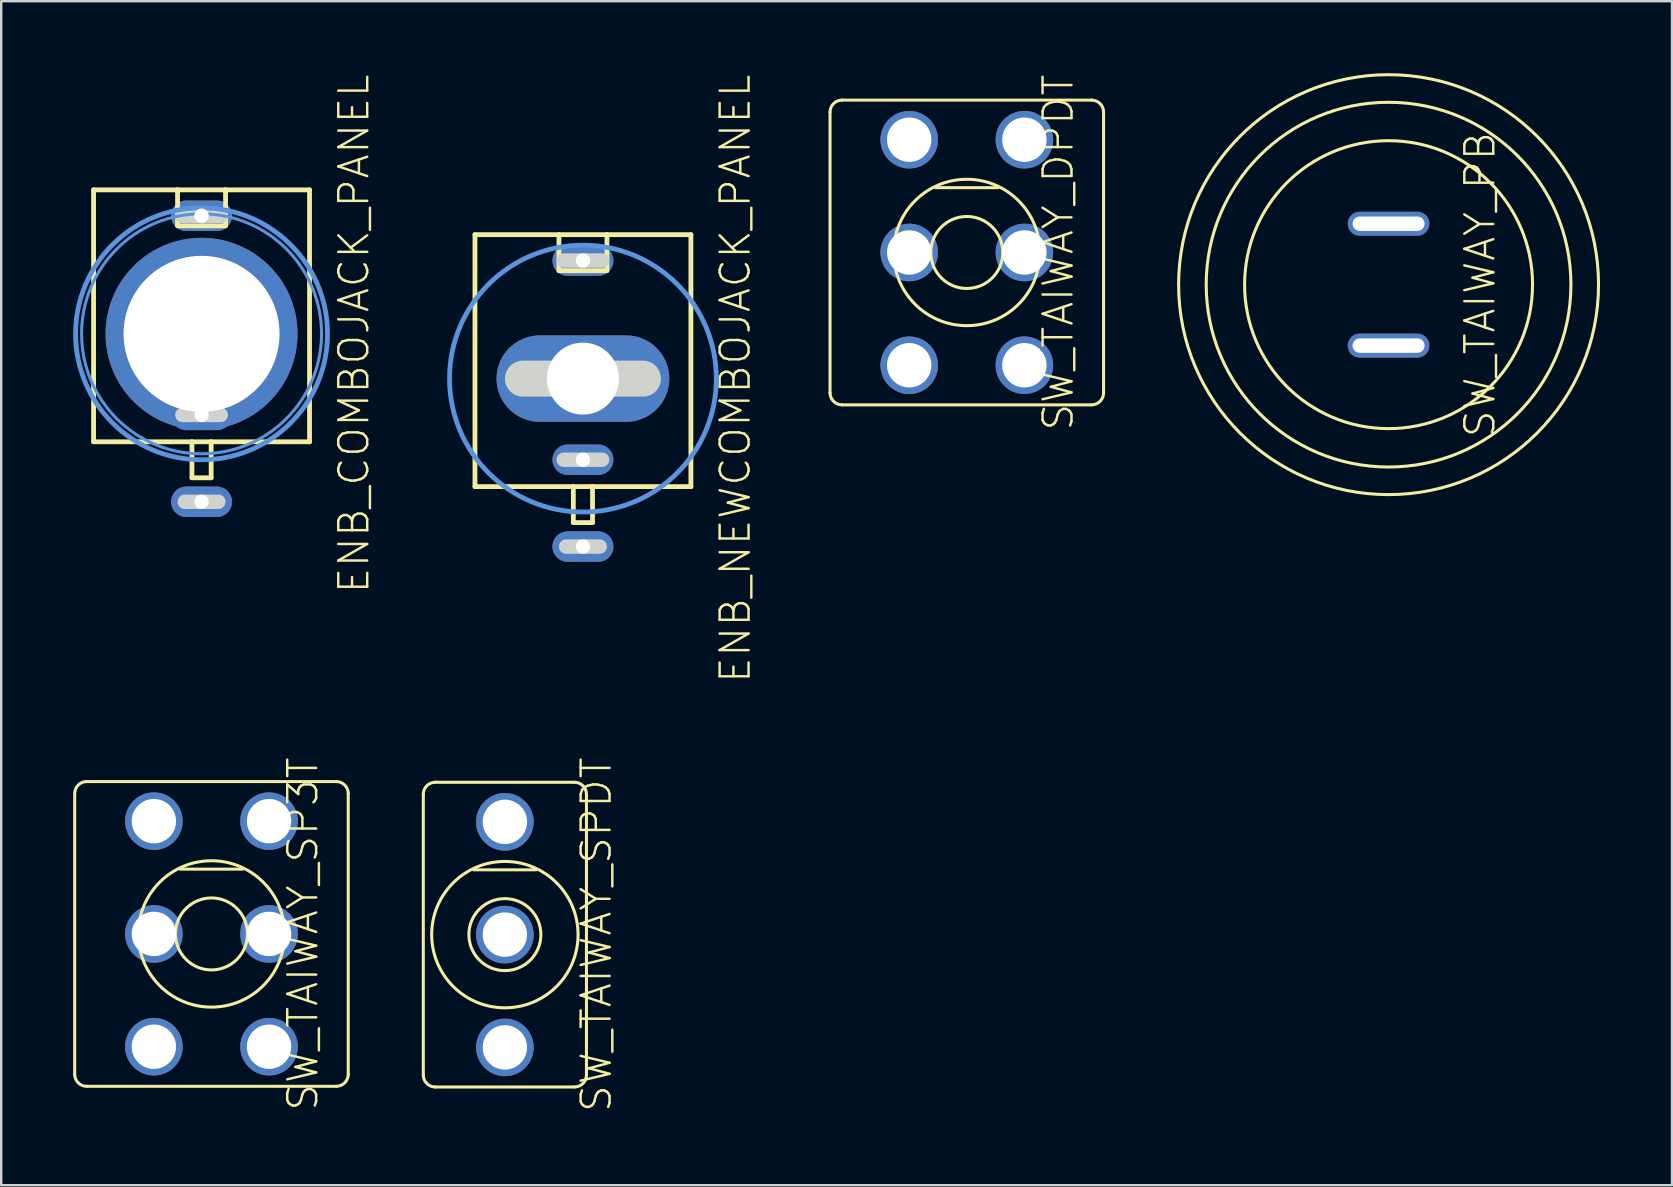
<source format=kicad_pcb>
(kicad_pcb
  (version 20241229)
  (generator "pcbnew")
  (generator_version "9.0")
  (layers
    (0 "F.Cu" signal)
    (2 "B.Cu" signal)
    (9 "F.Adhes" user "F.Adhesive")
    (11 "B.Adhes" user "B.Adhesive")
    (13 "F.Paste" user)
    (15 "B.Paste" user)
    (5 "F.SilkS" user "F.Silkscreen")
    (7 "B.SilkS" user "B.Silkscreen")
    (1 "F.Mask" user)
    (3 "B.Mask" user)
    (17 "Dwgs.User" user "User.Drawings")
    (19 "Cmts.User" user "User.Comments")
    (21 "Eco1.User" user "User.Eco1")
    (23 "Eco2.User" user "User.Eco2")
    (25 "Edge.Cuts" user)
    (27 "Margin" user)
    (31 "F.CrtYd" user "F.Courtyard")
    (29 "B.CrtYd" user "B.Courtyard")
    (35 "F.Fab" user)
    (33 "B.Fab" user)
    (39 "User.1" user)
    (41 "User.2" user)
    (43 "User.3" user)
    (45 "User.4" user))
  (footprint "SW_TAIWAY_PB"
    (layer "F.Cu")
    (at 54.819 8.813)
    (property "Reference" "SW_TAIWAY_PB" (at 3.81 0 90) (layer "F.SilkS") (effects (font (size 1.206 1.206) (thickness 0.102))))
    (attr through_hole)
    (fp_circle (center 0 0) (end 6 0) (stroke (width 0.127) (type solid)) (fill no) (layer "F.SilkS"))
    (fp_circle (center 0 0) (end 7.6 0) (stroke (width 0.127) (type solid)) (fill no) (layer "F.SilkS"))
    (fp_circle (center 0 0) (end 8.75 0) (stroke (width 0.127) (type solid)) (fill no) (layer "F.SilkS"))
    (pad "1" thru_hole oval (at 0 2.54) (size 3.4 1) (drill oval 3 0.6) (layers "*.Cu" "*.Mask"))
    (pad "2" thru_hole oval (at 0 -2.54) (size 3.4 1) (drill oval 3 0.6) (layers "*.Cu" "*.Mask")))
  (footprint "ENB_NEWCOMBOJACK_PANEL"
    (layer "F.Cu")
    (at 21.244 12.729)
    (property "Reference" "ENB_NEWCOMBOJACK_PANEL" (at 6.35 0 90) (layer "F.SilkS") (effects (font (size 1.206 1.206) (thickness 0.102))))
    (attr through_hole)
    (fp_line (start -4.5 -6) (end -4.5 4.5) (stroke (width 0.2) (type solid)) (layer "F.SilkS"))
    (fp_line (start -4.5 4.5) (end -0.4 4.5) (stroke (width 0.2) (type solid)) (layer "F.SilkS"))
    (fp_line (start -1 -6) (end -4.5 -6) (stroke (width 0.2) (type solid)) (layer "F.SilkS"))
    (fp_line (start -1 -6) (end -1 -4.5) (stroke (width 0.2) (type solid)) (layer "F.SilkS"))
    (fp_line (start -1 -4.5) (end 1 -4.5) (stroke (width 0.2) (type solid)) (layer "F.SilkS"))
    (fp_line (start -0.4 4.5) (end 0.4 4.5) (stroke (width 0.2) (type solid)) (layer "F.SilkS"))
    (fp_line (start -0.4 6) (end -0.4 4.5) (stroke (width 0.2) (type solid)) (layer "F.SilkS"))
    (fp_line (start 0.4 4.5) (end 0.4 6) (stroke (width 0.2) (type solid)) (layer "F.SilkS"))
    (fp_line (start 0.4 4.5) (end 4.5 4.5) (stroke (width 0.2) (type solid)) (layer "F.SilkS"))
    (fp_line (start 0.4 6) (end -0.4 6) (stroke (width 0.2) (type solid)) (layer "F.SilkS"))
    (fp_line (start 1 -6) (end -1 -6) (stroke (width 0.2) (type solid)) (layer "F.SilkS"))
    (fp_line (start 1 -4.5) (end 1 -6) (stroke (width 0.2) (type solid)) (layer "F.SilkS"))
    (fp_line (start 4.5 -6) (end 1 -6) (stroke (width 0.2) (type solid)) (layer "F.SilkS"))
    (fp_line (start 4.5 4.5) (end 4.5 -6) (stroke (width 0.2) (type solid)) (layer "F.SilkS"))
    (fp_circle (center 0 0) (end 5.56 0) (stroke (width 0.2) (type solid)) (fill no) (layer "Cmts.User"))
    (fp_line (start -2.5 0) (end 2.5 0) (stroke (width 1.5) (type solid)) (layer "Edge.Cuts"))
    (fp_line (start -0.8 -4.92) (end 0.8 -4.92) (stroke (width 0.6) (type solid)) (layer "Edge.Cuts"))
    (fp_line (start -0.8 3.38) (end 0.8 3.38) (stroke (width 0.6) (type solid)) (layer "Edge.Cuts"))
    (fp_line (start -0.7 7) (end 0.7 7) (stroke (width 0.6) (type solid)) (layer "Edge.Cuts"))
    (pad "CONN" thru_hole oval (at 0 0) (size 7.2 3.6) (drill 3) (layers "*.Cu" "*.Mask"))
    (pad "S" thru_hole oval (at 0 7) (size 2.54 1.27) (drill 0.6) (layers "*.Cu" "*.Mask"))
    (pad "T1" thru_hole oval (at 0 -4.92) (size 2.54 1.27) (drill 0.6) (layers "*.Cu" "*.Mask"))
    (pad "T2" thru_hole oval (at 0 3.38) (size 2.54 1.27) (drill 0.6) (layers "*.Cu" "*.Mask")))
  (footprint "ENB_COMBOJACK_PANEL"
    (layer "F.Cu")
    (at 5.35 10.862)
    (property "Reference" "ENB_COMBOJACK_PANEL" (at 6.35 0 90) (layer "F.SilkS") (effects (font (size 1.206 1.206) (thickness 0.102))))
    (attr through_hole)
    (fp_line (start -4.5 -6) (end -4.5 4.5) (stroke (width 0.2) (type solid)) (layer "F.SilkS"))
    (fp_line (start -4.5 4.5) (end -0.4 4.5) (stroke (width 0.2) (type solid)) (layer "F.SilkS"))
    (fp_line (start -1 -6) (end -4.5 -6) (stroke (width 0.2) (type solid)) (layer "F.SilkS"))
    (fp_line (start -1 -6) (end -1 -4.5) (stroke (width 0.2) (type solid)) (layer "F.SilkS"))
    (fp_line (start -1 -4.5) (end 1 -4.5) (stroke (width 0.2) (type solid)) (layer "F.SilkS"))
    (fp_line (start -0.4 4.5) (end 0.4 4.5) (stroke (width 0.2) (type solid)) (layer "F.SilkS"))
    (fp_line (start -0.4 6) (end -0.4 4.5) (stroke (width 0.2) (type solid)) (layer "F.SilkS"))
    (fp_line (start 0.4 4.5) (end 0.4 6) (stroke (width 0.2) (type solid)) (layer "F.SilkS"))
    (fp_line (start 0.4 4.5) (end 4.5 4.5) (stroke (width 0.2) (type solid)) (layer "F.SilkS"))
    (fp_line (start 0.4 6) (end -0.4 6) (stroke (width 0.2) (type solid)) (layer "F.SilkS"))
    (fp_line (start 1 -6) (end -1 -6) (stroke (width 0.2) (type solid)) (layer "F.SilkS"))
    (fp_line (start 1 -4.5) (end 1 -6) (stroke (width 0.2) (type solid)) (layer "F.SilkS"))
    (fp_line (start 4.5 -6) (end 1 -6) (stroke (width 0.2) (type solid)) (layer "F.SilkS"))
    (fp_line (start 4.5 4.5) (end 4.5 -6) (stroke (width 0.2) (type solid)) (layer "F.SilkS"))
    (fp_circle (center 0 0) (end 5 0) (stroke (width 0.127) (type solid)) (fill no) (layer "Cmts.User"))
    (fp_circle (center 0 0) (end 5.25 0) (stroke (width 0.2) (type solid)) (fill no) (layer "Cmts.User"))
    (fp_line (start -0.8 -4.92) (end 0.8 -4.92) (stroke (width 0.6) (type solid)) (layer "Edge.Cuts"))
    (fp_line (start -0.8 3.38) (end 0.8 3.38) (stroke (width 0.6) (type solid)) (layer "Edge.Cuts"))
    (fp_line (start -0.75 -4.92) (end 0.75 -4.92) (stroke (width 0.6) (type solid)) (layer "Edge.Cuts"))
    (fp_line (start -0.7 7) (end 0.7 7) (stroke (width 0.6) (type solid)) (layer "Edge.Cuts"))
    (pad "CONN" thru_hole circle (at 0 0) (size 8 8) (drill 6.5) (layers "*.Cu" "*.Mask"))
    (pad "S" thru_hole oval (at 0 7) (size 2.54 1.27) (drill 0.6) (layers "*.Cu" "*.Mask"))
    (pad "T1" thru_hole oval (at 0 -4.92) (size 2.54 1.27) (drill 0.6) (layers "*.Cu" "*.Mask"))
    (pad "T2" thru_hole oval (at 0 3.38) (size 2.54 1.27) (drill 0.6) (layers "*.Cu" "*.Mask")))
  (footprint "SW_TAIWAY_SP3T"
    (layer "F.Cu")
    (at 5.763 35.872)
    (property "Reference" "SW_TAIWAY_SP3T" (at 3.81 0 90) (layer "F.SilkS") (effects (font (size 1.206 1.206) (thickness 0.102))))
    (attr through_hole)
    (fp_line (start -5.7 -5.85) (end -5.7 5.85) (stroke (width 0.127) (type solid)) (layer "F.SilkS"))
    (fp_line (start -5.2 6.35) (end 5.2 6.35) (stroke (width 0.127) (type solid)) (layer "F.SilkS"))
    (fp_line (start -1.3 -2.7) (end 1.3 -2.7) (stroke (width 0.127) (type solid)) (layer "F.SilkS"))
    (fp_line (start 5.2 -6.35) (end -5.2 -6.35) (stroke (width 0.127) (type solid)) (layer "F.SilkS"))
    (fp_line (start 5.7 5.85) (end 5.7 -5.85) (stroke (width 0.127) (type solid)) (layer "F.SilkS"))
    (fp_arc (start -5.7 -5.85) (mid -5.553553 -6.203553) (end -5.2 -6.35) (stroke (width 0.127) (type solid)) (layer "F.SilkS"))
    (fp_arc (start -5.2 6.35) (mid -5.553553 6.203553) (end -5.7 5.85) (stroke (width 0.127) (type solid)) (layer "F.SilkS"))
    (fp_arc (start 5.2 -6.35) (mid 5.553553 -6.203553) (end 5.7 -5.85) (stroke (width 0.127) (type solid)) (layer "F.SilkS"))
    (fp_arc (start 5.7 5.85) (mid 5.553553 6.203553) (end 5.2 6.35) (stroke (width 0.127) (type solid)) (layer "F.SilkS"))
    (fp_circle (center 0 0) (end 1.5 0) (stroke (width 0.127) (type solid)) (fill no) (layer "F.SilkS"))
    (fp_circle (center 0 0) (end 3.05 0) (stroke (width 0.127) (type solid)) (fill no) (layer "F.SilkS"))
    (pad "1" thru_hole circle (at 2.4 -4.7) (size 2.4 2.4) (drill 1.85) (layers "*.Cu" "*.Mask"))
    (pad "2" thru_hole circle (at 2.4 4.7) (size 2.4 2.4) (drill 1.85) (layers "*.Cu" "*.Mask"))
    (pad "3" thru_hole circle (at -2.4 0) (size 2.4 2.4) (drill 1.85) (layers "*.Cu" "*.Mask"))
    (pad "4" thru_hole circle (at -2.4 4.7) (size 2.4 2.4) (drill 1.85) (layers "*.Cu" "*.Mask"))
    (pad "5" thru_hole circle (at -2.4 -4.7) (size 2.4 2.4) (drill 1.85) (layers "*.Cu" "*.Mask"))
    (pad "5" thru_hole circle (at 2.4 0) (size 2.4 2.4) (drill 1.85) (layers "*.Cu" "*.Mask")))
  (footprint "SW_TAIWAY_DPDT"
    (layer "F.Cu")
    (at 37.242 7.472)
    (property "Reference" "SW_TAIWAY_DPDT" (at 3.81 0 90) (layer "F.SilkS") (effects (font (size 1.206 1.206) (thickness 0.102))))
    (attr through_hole)
    (fp_line (start -5.7 -5.85) (end -5.7 5.85) (stroke (width 0.127) (type solid)) (layer "F.SilkS"))
    (fp_line (start -5.2 6.35) (end 5.2 6.35) (stroke (width 0.127) (type solid)) (layer "F.SilkS"))
    (fp_line (start -1.3 -2.7) (end 1.3 -2.7) (stroke (width 0.127) (type solid)) (layer "F.SilkS"))
    (fp_line (start 5.2 -6.35) (end -5.2 -6.35) (stroke (width 0.127) (type solid)) (layer "F.SilkS"))
    (fp_line (start 5.7 5.85) (end 5.7 -5.85) (stroke (width 0.127) (type solid)) (layer "F.SilkS"))
    (fp_arc (start -5.7 -5.85) (mid -5.553553 -6.203553) (end -5.2 -6.35) (stroke (width 0.127) (type solid)) (layer "F.SilkS"))
    (fp_arc (start -5.2 6.35) (mid -5.553553 6.203553) (end -5.7 5.85) (stroke (width 0.127) (type solid)) (layer "F.SilkS"))
    (fp_arc (start 5.2 -6.35) (mid 5.553553 -6.203553) (end 5.7 -5.85) (stroke (width 0.127) (type solid)) (layer "F.SilkS"))
    (fp_arc (start 5.7 5.85) (mid 5.553553 6.203553) (end 5.2 6.35) (stroke (width 0.127) (type solid)) (layer "F.SilkS"))
    (fp_circle (center 0 0) (end 1.5 0) (stroke (width 0.127) (type solid)) (fill no) (layer "F.SilkS"))
    (fp_circle (center 0 0) (end 3.05 0) (stroke (width 0.127) (type solid)) (fill no) (layer "F.SilkS"))
    (pad "1" thru_hole circle (at 2.4 4.7) (size 2.4 2.4) (drill 1.85) (layers "*.Cu" "*.Mask"))
    (pad "2" thru_hole circle (at 2.4 0) (size 2.4 2.4) (drill 1.85) (layers "*.Cu" "*.Mask"))
    (pad "3" thru_hole circle (at 2.4 -4.7) (size 2.4 2.4) (drill 1.85) (layers "*.Cu" "*.Mask"))
    (pad "4" thru_hole circle (at -2.4 4.7) (size 2.4 2.4) (drill 1.85) (layers "*.Cu" "*.Mask"))
    (pad "5" thru_hole circle (at -2.4 0) (size 2.4 2.4) (drill 1.85) (layers "*.Cu" "*.Mask"))
    (pad "6" thru_hole circle (at -2.4 -4.7) (size 2.4 2.4) (drill 1.85) (layers "*.Cu" "*.Mask")))
  (footprint "SW_TAIWAY_SPDT"
    (layer "F.Cu")
    (at 17.991 35.901)
    (property "Reference" "SW_TAIWAY_SPDT" (at 3.81 0 90) (layer "F.SilkS") (effects (font (size 1.206 1.206) (thickness 0.102))))
    (attr through_hole)
    (fp_line (start -3.4 -5.85) (end -3.4 5.85) (stroke (width 0.127) (type solid)) (layer "F.SilkS"))
    (fp_line (start -2.9 6.35) (end 2.9 6.35) (stroke (width 0.127) (type solid)) (layer "F.SilkS"))
    (fp_line (start -1.3 -2.7) (end 1.3 -2.7) (stroke (width 0.127) (type solid)) (layer "F.SilkS"))
    (fp_line (start 2.9 -6.35) (end -2.9 -6.35) (stroke (width 0.127) (type solid)) (layer "F.SilkS"))
    (fp_line (start 3.4 5.85) (end 3.4 -5.85) (stroke (width 0.127) (type solid)) (layer "F.SilkS"))
    (fp_arc (start -3.4 -5.85) (mid -3.253553 -6.203553) (end -2.9 -6.35) (stroke (width 0.127) (type solid)) (layer "F.SilkS"))
    (fp_arc (start -2.9 6.35) (mid -3.253553 6.203553) (end -3.4 5.85) (stroke (width 0.127) (type solid)) (layer "F.SilkS"))
    (fp_arc (start 2.9 -6.35) (mid 3.253553 -6.203553) (end 3.4 -5.85) (stroke (width 0.127) (type solid)) (layer "F.SilkS"))
    (fp_arc (start 3.4 5.85) (mid 3.253553 6.203553) (end 2.9 6.35) (stroke (width 0.127) (type solid)) (layer "F.SilkS"))
    (fp_circle (center 0 0) (end 1.5 0) (stroke (width 0.127) (type solid)) (fill no) (layer "F.SilkS"))
    (fp_circle (center 0 0) (end 3.05 0) (stroke (width 0.127) (type solid)) (fill no) (layer "F.SilkS"))
    (pad "1" thru_hole circle (at 0 4.7) (size 2.4 2.4) (drill 1.85) (layers "*.Cu" "*.Mask"))
    (pad "2" thru_hole circle (at 0 0) (size 2.4 2.4) (drill 1.85) (layers "*.Cu" "*.Mask"))
    (pad "3" thru_hole circle (at 0 -4.7) (size 2.4 2.4) (drill 1.85) (layers "*.Cu" "*.Mask")))
  (gr_rect
    (start -3 -3)
    (end 66.632 46.344)
    (stroke (width 0.1) (type default))
    (fill no)
    (layer "Edge.Cuts")))
</source>
